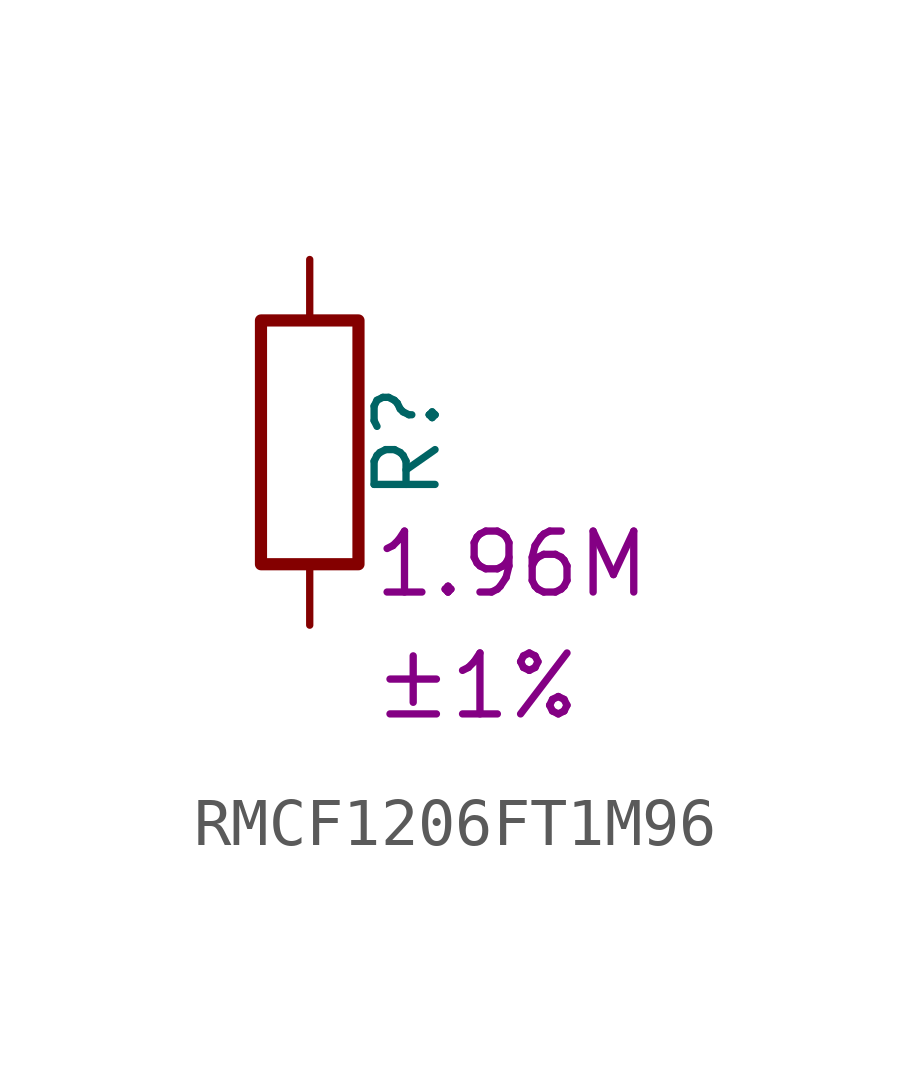
<source format=kicad_sym>
(kicad_symbol_lib
  (version 20220914)
  (generator kicad_symbol_editor)
  (symbol "RMCF1206FT1M96"
    (pin_numbers hide)
    (pin_names
      (offset 0))
    (property "Reference" "R"
      (at 2.032 0 90)
      (effects (font (size 1.27 1.27))))
    (property "Resistance" "1.96M"
      (at 1.27 -2.54 0)
      (effects (font (size 1.27 1.27)) (justify left)))
    (property "Tolerance" "±1%"
      (at 1.27 -5.08 0)
      (effects (font (size 1.27 1.27)) (justify left)))
    (symbol "RMCF1206FT1M96_0_1"
      (rectangle (start -1.016 -2.54) (end 1.016 2.54) (stroke (width 0.254) (type default)) (fill (type none))))
    (symbol "RMCF1206FT1M96_1_1"
      (pin passive line (at 0 3.81 270) (length 1.27) (name "~" (effects (font (size 1.27 1.27)))) (number "1" (effects (font (size 1.27 1.27)))))
      (pin passive line (at 0 -3.81 90) (length 1.27) (name "~" (effects (font (size 1.27 1.27)))) (number "2" (effects (font (size 1.27 1.27))))))))
</source>
